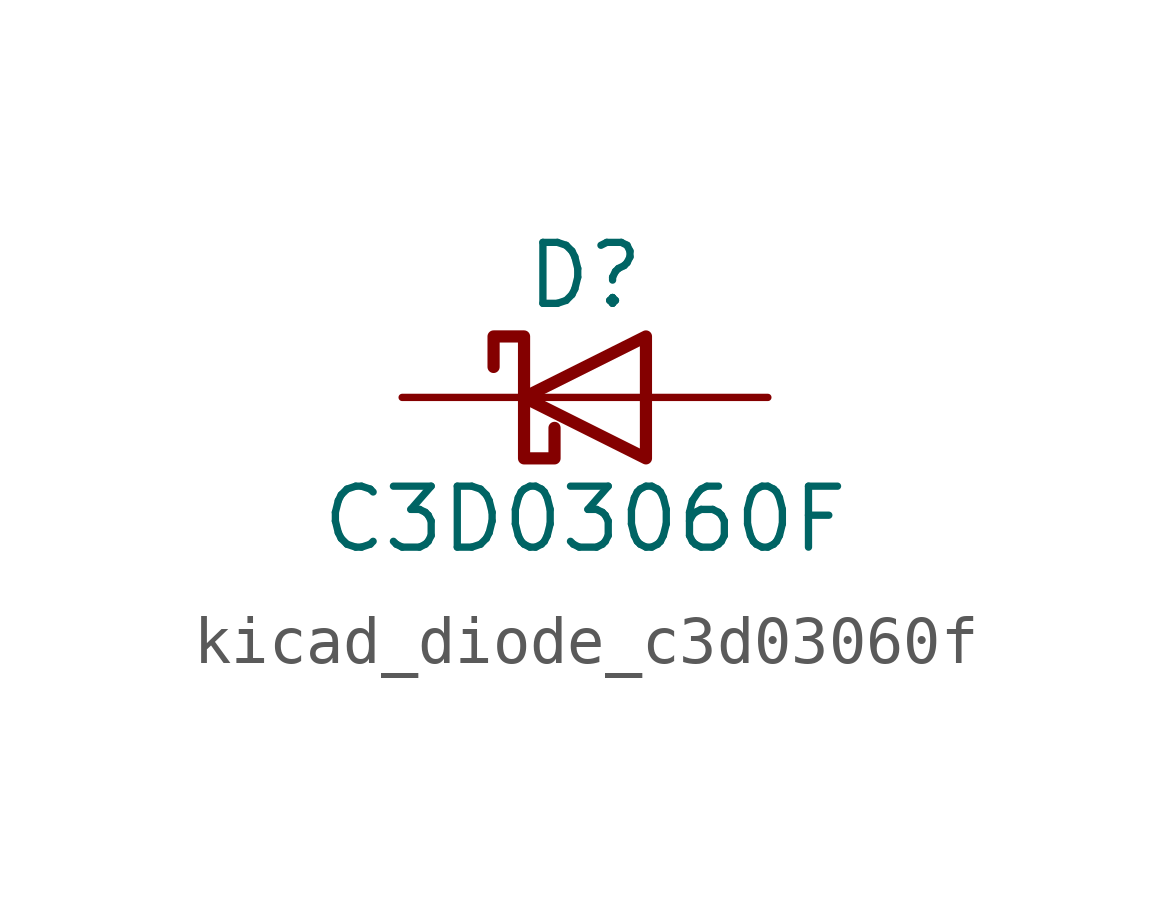
<source format=kicad_sym>
(kicad_symbol_lib
  (version 20220914)
  (generator kicad_symbol_editor)
  (symbol "kicad_diode_c3d03060f"
    (pin_numbers hide)
    (pin_names
      (offset 1.016) hide)
    (property "Reference" "D"
      (at 0 2.54 0)
      (effects (font (size 1.27 1.27))))
    (property "Value" "C3D03060F"
      (at 0 -2.54 0)
      (effects (font (size 1.27 1.27))))
    (symbol "kicad_diode_c3d03060f_0_1"
      (polyline (pts (xy 1.27 0) (xy -1.27 0)) (stroke (width 0) (type default)) (fill (type none)))
      (polyline (pts (xy 1.27 1.27) (xy 1.27 -1.27) (xy -1.27 0) (xy 1.27 1.27)) (stroke (width 0.254) (type default)) (fill (type none)))
      (polyline (pts (xy -1.905 0.635) (xy -1.905 1.27) (xy -1.27 1.27) (xy -1.27 -1.27) (xy -0.635 -1.27) (xy -0.635 -0.635)) (stroke (width 0.254) (type default)) (fill (type none))))
    (symbol "kicad_diode_c3d03060f_1_1"
      (pin passive line (at -3.81 0 0) (length 2.54) (name "K" (effects (font (size 1.27 1.27)))) (number "1" (effects (font (size 1.27 1.27)))))
      (pin passive line (at 3.81 0 180) (length 2.54) (name "A" (effects (font (size 1.27 1.27)))) (number "2" (effects (font (size 1.27 1.27))))))))
</source>
